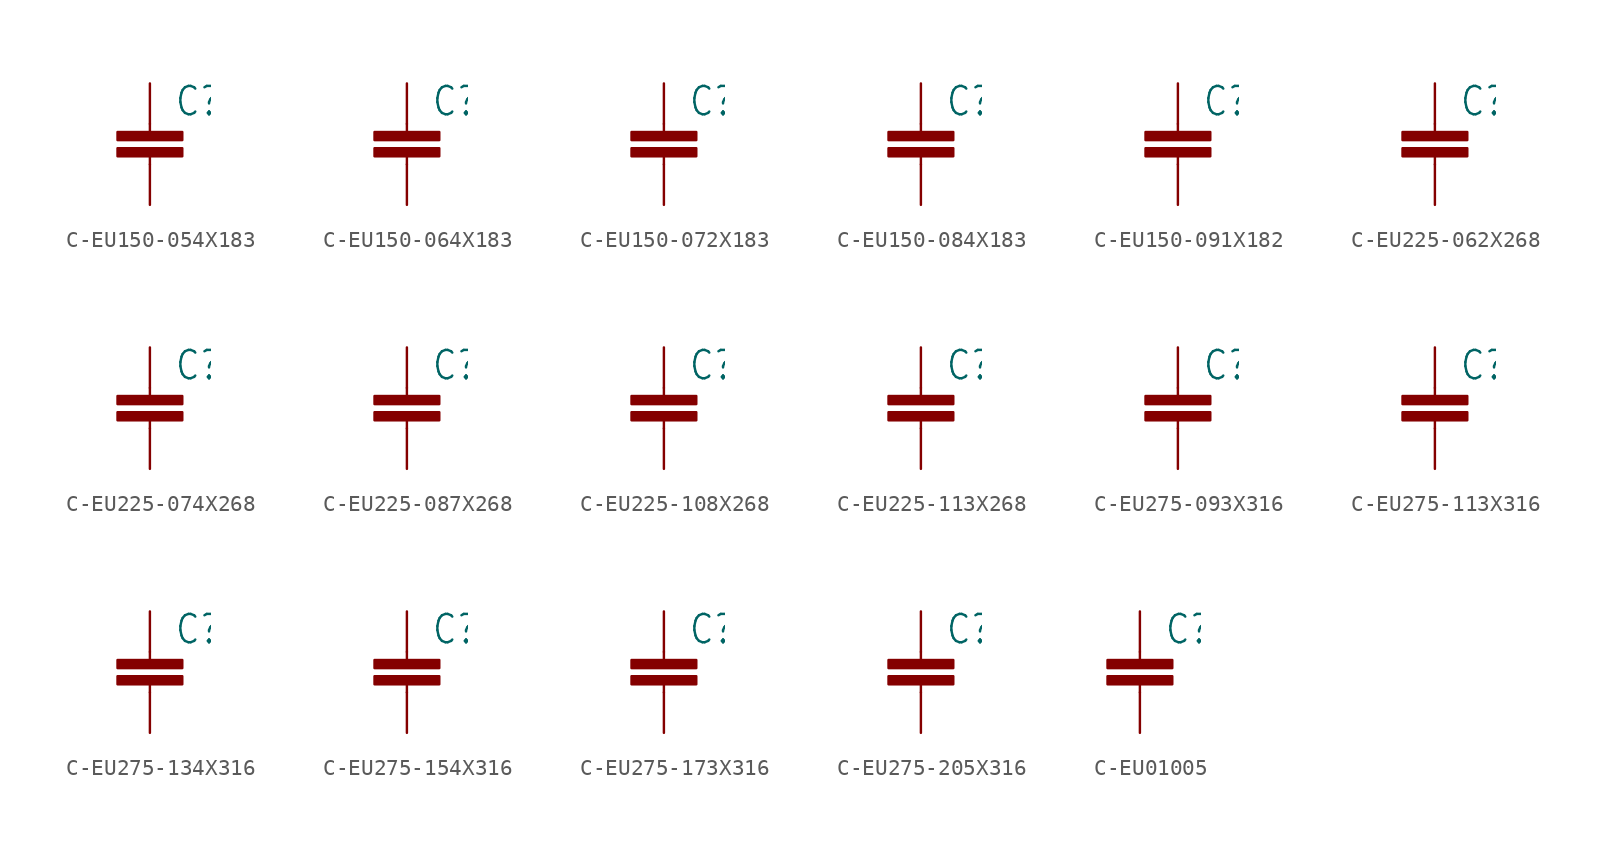
<source format=kicad_sym>
(kicad_symbol_lib
  (version 20241209)
  (generator "kicad_symbol_editor")
  (generator_version "9.0")
  (symbol "C-EU150-054X183"
    (property "Reference" "C"
      (at 1.524 0.381 0)
      (effects (font (size 1.778 1.511)) (justify left bottom)))
    (property "Value" ""
      (at 1.524 -4.699 0)
      (effects (font (size 1.778 1.511)) (justify left bottom)))
    (property "ki_locked" ""
      (at 0 0 0)
      (effects (font (size 1.27 1.27))))
    (symbol "C-EU150-054X183_1_0"
      (rectangle (start -2.032 -1.016) (end 2.032 -0.508) (stroke (width 0) (type default)) (fill (type outline)))
      (rectangle (start -2.032 -2.032) (end 2.032 -1.524) (stroke (width 0) (type default)) (fill (type outline)))
      (polyline (pts (xy 0 0) (xy 0 -0.508)) (stroke (width 0.152) (type solid)) (fill (type none)))
      (polyline (pts (xy 0 -2.54) (xy 0 -2.032)) (stroke (width 0.152) (type solid)) (fill (type none)))
      (pin passive line (at 0 2.54 270) (length 2.54) (name "1" (effects (font (size 0 0)))) (number "1" (effects (font (size 0 0)))))
      (pin passive line (at 0 -5.08 90) (length 2.54) (name "2" (effects (font (size 0 0)))) (number "2" (effects (font (size 0 0)))))))
  (symbol "C-EU150-064X183"
    (property "Reference" "C"
      (at 1.524 0.381 0)
      (effects (font (size 1.778 1.511)) (justify left bottom)))
    (property "Value" ""
      (at 1.524 -4.699 0)
      (effects (font (size 1.778 1.511)) (justify left bottom)))
    (property "ki_locked" ""
      (at 0 0 0)
      (effects (font (size 1.27 1.27))))
    (symbol "C-EU150-064X183_1_0"
      (rectangle (start -2.032 -1.016) (end 2.032 -0.508) (stroke (width 0) (type default)) (fill (type outline)))
      (rectangle (start -2.032 -2.032) (end 2.032 -1.524) (stroke (width 0) (type default)) (fill (type outline)))
      (polyline (pts (xy 0 0) (xy 0 -0.508)) (stroke (width 0.152) (type solid)) (fill (type none)))
      (polyline (pts (xy 0 -2.54) (xy 0 -2.032)) (stroke (width 0.152) (type solid)) (fill (type none)))
      (pin passive line (at 0 2.54 270) (length 2.54) (name "1" (effects (font (size 0 0)))) (number "1" (effects (font (size 0 0)))))
      (pin passive line (at 0 -5.08 90) (length 2.54) (name "2" (effects (font (size 0 0)))) (number "2" (effects (font (size 0 0)))))))
  (symbol "C-EU150-072X183"
    (property "Reference" "C"
      (at 1.524 0.381 0)
      (effects (font (size 1.778 1.511)) (justify left bottom)))
    (property "Value" ""
      (at 1.524 -4.699 0)
      (effects (font (size 1.778 1.511)) (justify left bottom)))
    (property "ki_locked" ""
      (at 0 0 0)
      (effects (font (size 1.27 1.27))))
    (symbol "C-EU150-072X183_1_0"
      (rectangle (start -2.032 -1.016) (end 2.032 -0.508) (stroke (width 0) (type default)) (fill (type outline)))
      (rectangle (start -2.032 -2.032) (end 2.032 -1.524) (stroke (width 0) (type default)) (fill (type outline)))
      (polyline (pts (xy 0 0) (xy 0 -0.508)) (stroke (width 0.152) (type solid)) (fill (type none)))
      (polyline (pts (xy 0 -2.54) (xy 0 -2.032)) (stroke (width 0.152) (type solid)) (fill (type none)))
      (pin passive line (at 0 2.54 270) (length 2.54) (name "1" (effects (font (size 0 0)))) (number "1" (effects (font (size 0 0)))))
      (pin passive line (at 0 -5.08 90) (length 2.54) (name "2" (effects (font (size 0 0)))) (number "2" (effects (font (size 0 0)))))))
  (symbol "C-EU150-084X183"
    (property "Reference" "C"
      (at 1.524 0.381 0)
      (effects (font (size 1.778 1.511)) (justify left bottom)))
    (property "Value" ""
      (at 1.524 -4.699 0)
      (effects (font (size 1.778 1.511)) (justify left bottom)))
    (property "ki_locked" ""
      (at 0 0 0)
      (effects (font (size 1.27 1.27))))
    (symbol "C-EU150-084X183_1_0"
      (rectangle (start -2.032 -1.016) (end 2.032 -0.508) (stroke (width 0) (type default)) (fill (type outline)))
      (rectangle (start -2.032 -2.032) (end 2.032 -1.524) (stroke (width 0) (type default)) (fill (type outline)))
      (polyline (pts (xy 0 0) (xy 0 -0.508)) (stroke (width 0.152) (type solid)) (fill (type none)))
      (polyline (pts (xy 0 -2.54) (xy 0 -2.032)) (stroke (width 0.152) (type solid)) (fill (type none)))
      (pin passive line (at 0 2.54 270) (length 2.54) (name "1" (effects (font (size 0 0)))) (number "1" (effects (font (size 0 0)))))
      (pin passive line (at 0 -5.08 90) (length 2.54) (name "2" (effects (font (size 0 0)))) (number "2" (effects (font (size 0 0)))))))
  (symbol "C-EU150-091X182"
    (property "Reference" "C"
      (at 1.524 0.381 0)
      (effects (font (size 1.778 1.511)) (justify left bottom)))
    (property "Value" ""
      (at 1.524 -4.699 0)
      (effects (font (size 1.778 1.511)) (justify left bottom)))
    (property "ki_locked" ""
      (at 0 0 0)
      (effects (font (size 1.27 1.27))))
    (symbol "C-EU150-091X182_1_0"
      (rectangle (start -2.032 -1.016) (end 2.032 -0.508) (stroke (width 0) (type default)) (fill (type outline)))
      (rectangle (start -2.032 -2.032) (end 2.032 -1.524) (stroke (width 0) (type default)) (fill (type outline)))
      (polyline (pts (xy 0 0) (xy 0 -0.508)) (stroke (width 0.152) (type solid)) (fill (type none)))
      (polyline (pts (xy 0 -2.54) (xy 0 -2.032)) (stroke (width 0.152) (type solid)) (fill (type none)))
      (pin passive line (at 0 2.54 270) (length 2.54) (name "1" (effects (font (size 0 0)))) (number "1" (effects (font (size 0 0)))))
      (pin passive line (at 0 -5.08 90) (length 2.54) (name "2" (effects (font (size 0 0)))) (number "2" (effects (font (size 0 0)))))))
  (symbol "C-EU225-062X268"
    (property "Reference" "C"
      (at 1.524 0.381 0)
      (effects (font (size 1.778 1.511)) (justify left bottom)))
    (property "Value" ""
      (at 1.524 -4.699 0)
      (effects (font (size 1.778 1.511)) (justify left bottom)))
    (property "ki_locked" ""
      (at 0 0 0)
      (effects (font (size 1.27 1.27))))
    (symbol "C-EU225-062X268_1_0"
      (rectangle (start -2.032 -1.016) (end 2.032 -0.508) (stroke (width 0) (type default)) (fill (type outline)))
      (rectangle (start -2.032 -2.032) (end 2.032 -1.524) (stroke (width 0) (type default)) (fill (type outline)))
      (polyline (pts (xy 0 0) (xy 0 -0.508)) (stroke (width 0.152) (type solid)) (fill (type none)))
      (polyline (pts (xy 0 -2.54) (xy 0 -2.032)) (stroke (width 0.152) (type solid)) (fill (type none)))
      (pin passive line (at 0 2.54 270) (length 2.54) (name "1" (effects (font (size 0 0)))) (number "1" (effects (font (size 0 0)))))
      (pin passive line (at 0 -5.08 90) (length 2.54) (name "2" (effects (font (size 0 0)))) (number "2" (effects (font (size 0 0)))))))
  (symbol "C-EU225-074X268"
    (property "Reference" "C"
      (at 1.524 0.381 0)
      (effects (font (size 1.778 1.511)) (justify left bottom)))
    (property "Value" ""
      (at 1.524 -4.699 0)
      (effects (font (size 1.778 1.511)) (justify left bottom)))
    (property "ki_locked" ""
      (at 0 0 0)
      (effects (font (size 1.27 1.27))))
    (symbol "C-EU225-074X268_1_0"
      (rectangle (start -2.032 -1.016) (end 2.032 -0.508) (stroke (width 0) (type default)) (fill (type outline)))
      (rectangle (start -2.032 -2.032) (end 2.032 -1.524) (stroke (width 0) (type default)) (fill (type outline)))
      (polyline (pts (xy 0 0) (xy 0 -0.508)) (stroke (width 0.152) (type solid)) (fill (type none)))
      (polyline (pts (xy 0 -2.54) (xy 0 -2.032)) (stroke (width 0.152) (type solid)) (fill (type none)))
      (pin passive line (at 0 2.54 270) (length 2.54) (name "1" (effects (font (size 0 0)))) (number "1" (effects (font (size 0 0)))))
      (pin passive line (at 0 -5.08 90) (length 2.54) (name "2" (effects (font (size 0 0)))) (number "2" (effects (font (size 0 0)))))))
  (symbol "C-EU225-087X268"
    (property "Reference" "C"
      (at 1.524 0.381 0)
      (effects (font (size 1.778 1.511)) (justify left bottom)))
    (property "Value" ""
      (at 1.524 -4.699 0)
      (effects (font (size 1.778 1.511)) (justify left bottom)))
    (property "ki_locked" ""
      (at 0 0 0)
      (effects (font (size 1.27 1.27))))
    (symbol "C-EU225-087X268_1_0"
      (rectangle (start -2.032 -1.016) (end 2.032 -0.508) (stroke (width 0) (type default)) (fill (type outline)))
      (rectangle (start -2.032 -2.032) (end 2.032 -1.524) (stroke (width 0) (type default)) (fill (type outline)))
      (polyline (pts (xy 0 0) (xy 0 -0.508)) (stroke (width 0.152) (type solid)) (fill (type none)))
      (polyline (pts (xy 0 -2.54) (xy 0 -2.032)) (stroke (width 0.152) (type solid)) (fill (type none)))
      (pin passive line (at 0 2.54 270) (length 2.54) (name "1" (effects (font (size 0 0)))) (number "1" (effects (font (size 0 0)))))
      (pin passive line (at 0 -5.08 90) (length 2.54) (name "2" (effects (font (size 0 0)))) (number "2" (effects (font (size 0 0)))))))
  (symbol "C-EU225-108X268"
    (property "Reference" "C"
      (at 1.524 0.381 0)
      (effects (font (size 1.778 1.511)) (justify left bottom)))
    (property "Value" ""
      (at 1.524 -4.699 0)
      (effects (font (size 1.778 1.511)) (justify left bottom)))
    (property "ki_locked" ""
      (at 0 0 0)
      (effects (font (size 1.27 1.27))))
    (symbol "C-EU225-108X268_1_0"
      (rectangle (start -2.032 -1.016) (end 2.032 -0.508) (stroke (width 0) (type default)) (fill (type outline)))
      (rectangle (start -2.032 -2.032) (end 2.032 -1.524) (stroke (width 0) (type default)) (fill (type outline)))
      (polyline (pts (xy 0 0) (xy 0 -0.508)) (stroke (width 0.152) (type solid)) (fill (type none)))
      (polyline (pts (xy 0 -2.54) (xy 0 -2.032)) (stroke (width 0.152) (type solid)) (fill (type none)))
      (pin passive line (at 0 2.54 270) (length 2.54) (name "1" (effects (font (size 0 0)))) (number "1" (effects (font (size 0 0)))))
      (pin passive line (at 0 -5.08 90) (length 2.54) (name "2" (effects (font (size 0 0)))) (number "2" (effects (font (size 0 0)))))))
  (symbol "C-EU225-113X268"
    (property "Reference" "C"
      (at 1.524 0.381 0)
      (effects (font (size 1.778 1.511)) (justify left bottom)))
    (property "Value" ""
      (at 1.524 -4.699 0)
      (effects (font (size 1.778 1.511)) (justify left bottom)))
    (property "ki_locked" ""
      (at 0 0 0)
      (effects (font (size 1.27 1.27))))
    (symbol "C-EU225-113X268_1_0"
      (rectangle (start -2.032 -1.016) (end 2.032 -0.508) (stroke (width 0) (type default)) (fill (type outline)))
      (rectangle (start -2.032 -2.032) (end 2.032 -1.524) (stroke (width 0) (type default)) (fill (type outline)))
      (polyline (pts (xy 0 0) (xy 0 -0.508)) (stroke (width 0.152) (type solid)) (fill (type none)))
      (polyline (pts (xy 0 -2.54) (xy 0 -2.032)) (stroke (width 0.152) (type solid)) (fill (type none)))
      (pin passive line (at 0 2.54 270) (length 2.54) (name "1" (effects (font (size 0 0)))) (number "1" (effects (font (size 0 0)))))
      (pin passive line (at 0 -5.08 90) (length 2.54) (name "2" (effects (font (size 0 0)))) (number "2" (effects (font (size 0 0)))))))
  (symbol "C-EU275-093X316"
    (property "Reference" "C"
      (at 1.524 0.381 0)
      (effects (font (size 1.778 1.511)) (justify left bottom)))
    (property "Value" ""
      (at 1.524 -4.699 0)
      (effects (font (size 1.778 1.511)) (justify left bottom)))
    (property "ki_locked" ""
      (at 0 0 0)
      (effects (font (size 1.27 1.27))))
    (symbol "C-EU275-093X316_1_0"
      (rectangle (start -2.032 -1.016) (end 2.032 -0.508) (stroke (width 0) (type default)) (fill (type outline)))
      (rectangle (start -2.032 -2.032) (end 2.032 -1.524) (stroke (width 0) (type default)) (fill (type outline)))
      (polyline (pts (xy 0 0) (xy 0 -0.508)) (stroke (width 0.152) (type solid)) (fill (type none)))
      (polyline (pts (xy 0 -2.54) (xy 0 -2.032)) (stroke (width 0.152) (type solid)) (fill (type none)))
      (pin passive line (at 0 2.54 270) (length 2.54) (name "1" (effects (font (size 0 0)))) (number "1" (effects (font (size 0 0)))))
      (pin passive line (at 0 -5.08 90) (length 2.54) (name "2" (effects (font (size 0 0)))) (number "2" (effects (font (size 0 0)))))))
  (symbol "C-EU275-113X316"
    (property "Reference" "C"
      (at 1.524 0.381 0)
      (effects (font (size 1.778 1.511)) (justify left bottom)))
    (property "Value" ""
      (at 1.524 -4.699 0)
      (effects (font (size 1.778 1.511)) (justify left bottom)))
    (property "ki_locked" ""
      (at 0 0 0)
      (effects (font (size 1.27 1.27))))
    (symbol "C-EU275-113X316_1_0"
      (rectangle (start -2.032 -1.016) (end 2.032 -0.508) (stroke (width 0) (type default)) (fill (type outline)))
      (rectangle (start -2.032 -2.032) (end 2.032 -1.524) (stroke (width 0) (type default)) (fill (type outline)))
      (polyline (pts (xy 0 0) (xy 0 -0.508)) (stroke (width 0.152) (type solid)) (fill (type none)))
      (polyline (pts (xy 0 -2.54) (xy 0 -2.032)) (stroke (width 0.152) (type solid)) (fill (type none)))
      (pin passive line (at 0 2.54 270) (length 2.54) (name "1" (effects (font (size 0 0)))) (number "1" (effects (font (size 0 0)))))
      (pin passive line (at 0 -5.08 90) (length 2.54) (name "2" (effects (font (size 0 0)))) (number "2" (effects (font (size 0 0)))))))
  (symbol "C-EU275-134X316"
    (property "Reference" "C"
      (at 1.524 0.381 0)
      (effects (font (size 1.778 1.511)) (justify left bottom)))
    (property "Value" ""
      (at 1.524 -4.699 0)
      (effects (font (size 1.778 1.511)) (justify left bottom)))
    (property "ki_locked" ""
      (at 0 0 0)
      (effects (font (size 1.27 1.27))))
    (symbol "C-EU275-134X316_1_0"
      (rectangle (start -2.032 -1.016) (end 2.032 -0.508) (stroke (width 0) (type default)) (fill (type outline)))
      (rectangle (start -2.032 -2.032) (end 2.032 -1.524) (stroke (width 0) (type default)) (fill (type outline)))
      (polyline (pts (xy 0 0) (xy 0 -0.508)) (stroke (width 0.152) (type solid)) (fill (type none)))
      (polyline (pts (xy 0 -2.54) (xy 0 -2.032)) (stroke (width 0.152) (type solid)) (fill (type none)))
      (pin passive line (at 0 2.54 270) (length 2.54) (name "1" (effects (font (size 0 0)))) (number "1" (effects (font (size 0 0)))))
      (pin passive line (at 0 -5.08 90) (length 2.54) (name "2" (effects (font (size 0 0)))) (number "2" (effects (font (size 0 0)))))))
  (symbol "C-EU275-154X316"
    (property "Reference" "C"
      (at 1.524 0.381 0)
      (effects (font (size 1.778 1.511)) (justify left bottom)))
    (property "Value" ""
      (at 1.524 -4.699 0)
      (effects (font (size 1.778 1.511)) (justify left bottom)))
    (property "ki_locked" ""
      (at 0 0 0)
      (effects (font (size 1.27 1.27))))
    (symbol "C-EU275-154X316_1_0"
      (rectangle (start -2.032 -1.016) (end 2.032 -0.508) (stroke (width 0) (type default)) (fill (type outline)))
      (rectangle (start -2.032 -2.032) (end 2.032 -1.524) (stroke (width 0) (type default)) (fill (type outline)))
      (polyline (pts (xy 0 0) (xy 0 -0.508)) (stroke (width 0.152) (type solid)) (fill (type none)))
      (polyline (pts (xy 0 -2.54) (xy 0 -2.032)) (stroke (width 0.152) (type solid)) (fill (type none)))
      (pin passive line (at 0 2.54 270) (length 2.54) (name "1" (effects (font (size 0 0)))) (number "1" (effects (font (size 0 0)))))
      (pin passive line (at 0 -5.08 90) (length 2.54) (name "2" (effects (font (size 0 0)))) (number "2" (effects (font (size 0 0)))))))
  (symbol "C-EU275-173X316"
    (property "Reference" "C"
      (at 1.524 0.381 0)
      (effects (font (size 1.778 1.511)) (justify left bottom)))
    (property "Value" ""
      (at 1.524 -4.699 0)
      (effects (font (size 1.778 1.511)) (justify left bottom)))
    (property "ki_locked" ""
      (at 0 0 0)
      (effects (font (size 1.27 1.27))))
    (symbol "C-EU275-173X316_1_0"
      (rectangle (start -2.032 -1.016) (end 2.032 -0.508) (stroke (width 0) (type default)) (fill (type outline)))
      (rectangle (start -2.032 -2.032) (end 2.032 -1.524) (stroke (width 0) (type default)) (fill (type outline)))
      (polyline (pts (xy 0 0) (xy 0 -0.508)) (stroke (width 0.152) (type solid)) (fill (type none)))
      (polyline (pts (xy 0 -2.54) (xy 0 -2.032)) (stroke (width 0.152) (type solid)) (fill (type none)))
      (pin passive line (at 0 2.54 270) (length 2.54) (name "1" (effects (font (size 0 0)))) (number "1" (effects (font (size 0 0)))))
      (pin passive line (at 0 -5.08 90) (length 2.54) (name "2" (effects (font (size 0 0)))) (number "2" (effects (font (size 0 0)))))))
  (symbol "C-EU275-205X316"
    (property "Reference" "C"
      (at 1.524 0.381 0)
      (effects (font (size 1.778 1.511)) (justify left bottom)))
    (property "Value" ""
      (at 1.524 -4.699 0)
      (effects (font (size 1.778 1.511)) (justify left bottom)))
    (property "ki_locked" ""
      (at 0 0 0)
      (effects (font (size 1.27 1.27))))
    (symbol "C-EU275-205X316_1_0"
      (rectangle (start -2.032 -1.016) (end 2.032 -0.508) (stroke (width 0) (type default)) (fill (type outline)))
      (rectangle (start -2.032 -2.032) (end 2.032 -1.524) (stroke (width 0) (type default)) (fill (type outline)))
      (polyline (pts (xy 0 0) (xy 0 -0.508)) (stroke (width 0.152) (type solid)) (fill (type none)))
      (polyline (pts (xy 0 -2.54) (xy 0 -2.032)) (stroke (width 0.152) (type solid)) (fill (type none)))
      (pin passive line (at 0 2.54 270) (length 2.54) (name "1" (effects (font (size 0 0)))) (number "1" (effects (font (size 0 0)))))
      (pin passive line (at 0 -5.08 90) (length 2.54) (name "2" (effects (font (size 0 0)))) (number "2" (effects (font (size 0 0)))))))
  (symbol "C-EU01005"
    (property "Reference" "C"
      (at 1.524 0.381 0)
      (effects (font (size 1.778 1.511)) (justify left bottom)))
    (property "Value" ""
      (at 1.524 -4.699 0)
      (effects (font (size 1.778 1.511)) (justify left bottom)))
    (property "ki_locked" ""
      (at 0 0 0)
      (effects (font (size 1.27 1.27))))
    (symbol "C-EU01005_1_0"
      (rectangle (start -2.032 -1.016) (end 2.032 -0.508) (stroke (width 0) (type default)) (fill (type outline)))
      (rectangle (start -2.032 -2.032) (end 2.032 -1.524) (stroke (width 0) (type default)) (fill (type outline)))
      (polyline (pts (xy 0 0) (xy 0 -0.508)) (stroke (width 0.152) (type solid)) (fill (type none)))
      (polyline (pts (xy 0 -2.54) (xy 0 -2.032)) (stroke (width 0.152) (type solid)) (fill (type none)))
      (pin passive line (at 0 2.54 270) (length 2.54) (name "1" (effects (font (size 0 0)))) (number "1" (effects (font (size 0 0)))))
      (pin passive line (at 0 -5.08 90) (length 2.54) (name "2" (effects (font (size 0 0)))) (number "2" (effects (font (size 0 0))))))))
</source>
